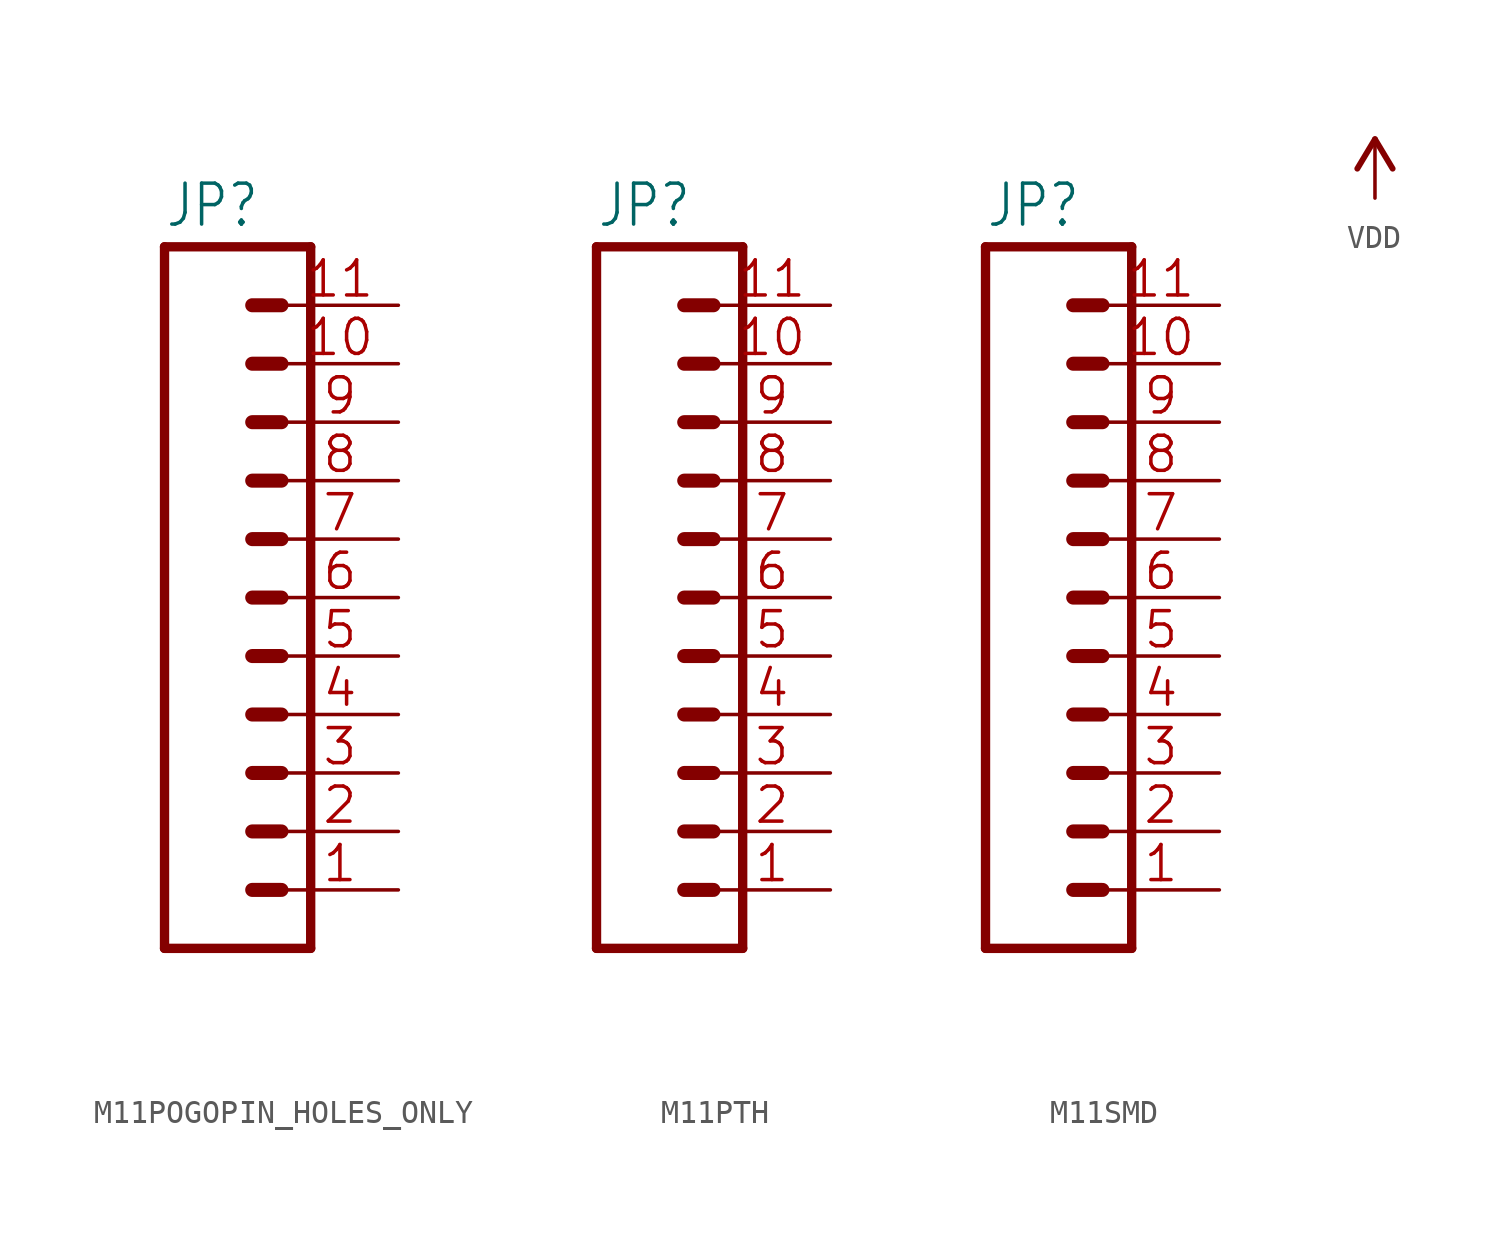
<source format=kicad_sym>
(kicad_symbol_lib
  (version 20241209)
  (generator "kicad_symbol_editor")
  (generator_version "9.0")
  (symbol "M11POGOPIN_HOLES_ONLY"
    (property "Reference" "JP"
      (at 0 16.002 0)
      (effects (font (size 1.778 1.511)) (justify left bottom)))
    (property "Value" ""
      (at 0 -17.78 0)
      (effects (font (size 1.778 1.511)) (justify left bottom)))
    (property "ki_locked" ""
      (at 0 0 0)
      (effects (font (size 1.27 1.27))))
    (symbol "M11POGOPIN_HOLES_ONLY_1_0"
      (polyline (pts (xy 0 15.24) (xy 0 -15.24)) (stroke (width 0.406) (type solid)) (fill (type none)))
      (polyline (pts (xy 0 15.24) (xy 6.35 15.24)) (stroke (width 0.406) (type solid)) (fill (type none)))
      (polyline (pts (xy 3.81 12.7) (xy 5.08 12.7)) (stroke (width 0.61) (type solid)) (fill (type none)))
      (polyline (pts (xy 3.81 10.16) (xy 5.08 10.16)) (stroke (width 0.61) (type solid)) (fill (type none)))
      (polyline (pts (xy 3.81 7.62) (xy 5.08 7.62)) (stroke (width 0.61) (type solid)) (fill (type none)))
      (polyline (pts (xy 3.81 5.08) (xy 5.08 5.08)) (stroke (width 0.61) (type solid)) (fill (type none)))
      (polyline (pts (xy 3.81 2.54) (xy 5.08 2.54)) (stroke (width 0.61) (type solid)) (fill (type none)))
      (polyline (pts (xy 3.81 0) (xy 5.08 0)) (stroke (width 0.61) (type solid)) (fill (type none)))
      (polyline (pts (xy 3.81 -2.54) (xy 5.08 -2.54)) (stroke (width 0.61) (type solid)) (fill (type none)))
      (polyline (pts (xy 3.81 -5.08) (xy 5.08 -5.08)) (stroke (width 0.61) (type solid)) (fill (type none)))
      (polyline (pts (xy 3.81 -7.62) (xy 5.08 -7.62)) (stroke (width 0.61) (type solid)) (fill (type none)))
      (polyline (pts (xy 3.81 -10.16) (xy 5.08 -10.16)) (stroke (width 0.61) (type solid)) (fill (type none)))
      (polyline (pts (xy 3.81 -12.7) (xy 5.08 -12.7)) (stroke (width 0.61) (type solid)) (fill (type none)))
      (polyline (pts (xy 6.35 -15.24) (xy 0 -15.24)) (stroke (width 0.406) (type solid)) (fill (type none)))
      (polyline (pts (xy 6.35 -15.24) (xy 6.35 15.24)) (stroke (width 0.406) (type solid)) (fill (type none)))
      (pin passive line (at 10.16 12.7 180) (length 5.08) (name "11" (effects (font (size 0 0)))) (number "11" (effects (font (size 1.524 1.524)))))
      (pin passive line (at 10.16 10.16 180) (length 5.08) (name "10" (effects (font (size 0 0)))) (number "10" (effects (font (size 1.524 1.524)))))
      (pin passive line (at 10.16 7.62 180) (length 5.08) (name "9" (effects (font (size 0 0)))) (number "9" (effects (font (size 1.524 1.524)))))
      (pin passive line (at 10.16 5.08 180) (length 5.08) (name "8" (effects (font (size 0 0)))) (number "8" (effects (font (size 1.524 1.524)))))
      (pin passive line (at 10.16 2.54 180) (length 5.08) (name "7" (effects (font (size 0 0)))) (number "7" (effects (font (size 1.524 1.524)))))
      (pin passive line (at 10.16 0 180) (length 5.08) (name "6" (effects (font (size 0 0)))) (number "6" (effects (font (size 1.524 1.524)))))
      (pin passive line (at 10.16 -2.54 180) (length 5.08) (name "5" (effects (font (size 0 0)))) (number "5" (effects (font (size 1.524 1.524)))))
      (pin passive line (at 10.16 -5.08 180) (length 5.08) (name "4" (effects (font (size 0 0)))) (number "4" (effects (font (size 1.524 1.524)))))
      (pin passive line (at 10.16 -7.62 180) (length 5.08) (name "3" (effects (font (size 0 0)))) (number "3" (effects (font (size 1.524 1.524)))))
      (pin passive line (at 10.16 -10.16 180) (length 5.08) (name "2" (effects (font (size 0 0)))) (number "2" (effects (font (size 1.524 1.524)))))
      (pin passive line (at 10.16 -12.7 180) (length 5.08) (name "1" (effects (font (size 0 0)))) (number "1" (effects (font (size 1.524 1.524)))))))
  (symbol "M11PTH"
    (property "Reference" "JP"
      (at 0 16.002 0)
      (effects (font (size 1.778 1.511)) (justify left bottom)))
    (property "Value" ""
      (at 0 -17.78 0)
      (effects (font (size 1.778 1.511)) (justify left bottom)))
    (property "ki_locked" ""
      (at 0 0 0)
      (effects (font (size 1.27 1.27))))
    (symbol "M11PTH_1_0"
      (polyline (pts (xy 0 15.24) (xy 0 -15.24)) (stroke (width 0.406) (type solid)) (fill (type none)))
      (polyline (pts (xy 0 15.24) (xy 6.35 15.24)) (stroke (width 0.406) (type solid)) (fill (type none)))
      (polyline (pts (xy 3.81 12.7) (xy 5.08 12.7)) (stroke (width 0.61) (type solid)) (fill (type none)))
      (polyline (pts (xy 3.81 10.16) (xy 5.08 10.16)) (stroke (width 0.61) (type solid)) (fill (type none)))
      (polyline (pts (xy 3.81 7.62) (xy 5.08 7.62)) (stroke (width 0.61) (type solid)) (fill (type none)))
      (polyline (pts (xy 3.81 5.08) (xy 5.08 5.08)) (stroke (width 0.61) (type solid)) (fill (type none)))
      (polyline (pts (xy 3.81 2.54) (xy 5.08 2.54)) (stroke (width 0.61) (type solid)) (fill (type none)))
      (polyline (pts (xy 3.81 0) (xy 5.08 0)) (stroke (width 0.61) (type solid)) (fill (type none)))
      (polyline (pts (xy 3.81 -2.54) (xy 5.08 -2.54)) (stroke (width 0.61) (type solid)) (fill (type none)))
      (polyline (pts (xy 3.81 -5.08) (xy 5.08 -5.08)) (stroke (width 0.61) (type solid)) (fill (type none)))
      (polyline (pts (xy 3.81 -7.62) (xy 5.08 -7.62)) (stroke (width 0.61) (type solid)) (fill (type none)))
      (polyline (pts (xy 3.81 -10.16) (xy 5.08 -10.16)) (stroke (width 0.61) (type solid)) (fill (type none)))
      (polyline (pts (xy 3.81 -12.7) (xy 5.08 -12.7)) (stroke (width 0.61) (type solid)) (fill (type none)))
      (polyline (pts (xy 6.35 -15.24) (xy 0 -15.24)) (stroke (width 0.406) (type solid)) (fill (type none)))
      (polyline (pts (xy 6.35 -15.24) (xy 6.35 15.24)) (stroke (width 0.406) (type solid)) (fill (type none)))
      (pin passive line (at 10.16 12.7 180) (length 5.08) (name "11" (effects (font (size 0 0)))) (number "11" (effects (font (size 1.524 1.524)))))
      (pin passive line (at 10.16 10.16 180) (length 5.08) (name "10" (effects (font (size 0 0)))) (number "10" (effects (font (size 1.524 1.524)))))
      (pin passive line (at 10.16 7.62 180) (length 5.08) (name "9" (effects (font (size 0 0)))) (number "9" (effects (font (size 1.524 1.524)))))
      (pin passive line (at 10.16 5.08 180) (length 5.08) (name "8" (effects (font (size 0 0)))) (number "8" (effects (font (size 1.524 1.524)))))
      (pin passive line (at 10.16 2.54 180) (length 5.08) (name "7" (effects (font (size 0 0)))) (number "7" (effects (font (size 1.524 1.524)))))
      (pin passive line (at 10.16 0 180) (length 5.08) (name "6" (effects (font (size 0 0)))) (number "6" (effects (font (size 1.524 1.524)))))
      (pin passive line (at 10.16 -2.54 180) (length 5.08) (name "5" (effects (font (size 0 0)))) (number "5" (effects (font (size 1.524 1.524)))))
      (pin passive line (at 10.16 -5.08 180) (length 5.08) (name "4" (effects (font (size 0 0)))) (number "4" (effects (font (size 1.524 1.524)))))
      (pin passive line (at 10.16 -7.62 180) (length 5.08) (name "3" (effects (font (size 0 0)))) (number "3" (effects (font (size 1.524 1.524)))))
      (pin passive line (at 10.16 -10.16 180) (length 5.08) (name "2" (effects (font (size 0 0)))) (number "2" (effects (font (size 1.524 1.524)))))
      (pin passive line (at 10.16 -12.7 180) (length 5.08) (name "1" (effects (font (size 0 0)))) (number "1" (effects (font (size 1.524 1.524)))))))
  (symbol "M11SMD"
    (property "Reference" "JP"
      (at 0 16.002 0)
      (effects (font (size 1.778 1.511)) (justify left bottom)))
    (property "Value" ""
      (at 0 -17.78 0)
      (effects (font (size 1.778 1.511)) (justify left bottom)))
    (property "ki_locked" ""
      (at 0 0 0)
      (effects (font (size 1.27 1.27))))
    (symbol "M11SMD_1_0"
      (polyline (pts (xy 0 15.24) (xy 0 -15.24)) (stroke (width 0.406) (type solid)) (fill (type none)))
      (polyline (pts (xy 0 15.24) (xy 6.35 15.24)) (stroke (width 0.406) (type solid)) (fill (type none)))
      (polyline (pts (xy 3.81 12.7) (xy 5.08 12.7)) (stroke (width 0.61) (type solid)) (fill (type none)))
      (polyline (pts (xy 3.81 10.16) (xy 5.08 10.16)) (stroke (width 0.61) (type solid)) (fill (type none)))
      (polyline (pts (xy 3.81 7.62) (xy 5.08 7.62)) (stroke (width 0.61) (type solid)) (fill (type none)))
      (polyline (pts (xy 3.81 5.08) (xy 5.08 5.08)) (stroke (width 0.61) (type solid)) (fill (type none)))
      (polyline (pts (xy 3.81 2.54) (xy 5.08 2.54)) (stroke (width 0.61) (type solid)) (fill (type none)))
      (polyline (pts (xy 3.81 0) (xy 5.08 0)) (stroke (width 0.61) (type solid)) (fill (type none)))
      (polyline (pts (xy 3.81 -2.54) (xy 5.08 -2.54)) (stroke (width 0.61) (type solid)) (fill (type none)))
      (polyline (pts (xy 3.81 -5.08) (xy 5.08 -5.08)) (stroke (width 0.61) (type solid)) (fill (type none)))
      (polyline (pts (xy 3.81 -7.62) (xy 5.08 -7.62)) (stroke (width 0.61) (type solid)) (fill (type none)))
      (polyline (pts (xy 3.81 -10.16) (xy 5.08 -10.16)) (stroke (width 0.61) (type solid)) (fill (type none)))
      (polyline (pts (xy 3.81 -12.7) (xy 5.08 -12.7)) (stroke (width 0.61) (type solid)) (fill (type none)))
      (polyline (pts (xy 6.35 -15.24) (xy 0 -15.24)) (stroke (width 0.406) (type solid)) (fill (type none)))
      (polyline (pts (xy 6.35 -15.24) (xy 6.35 15.24)) (stroke (width 0.406) (type solid)) (fill (type none)))
      (pin passive line (at 10.16 12.7 180) (length 5.08) (name "11" (effects (font (size 0 0)))) (number "11" (effects (font (size 1.524 1.524)))))
      (pin passive line (at 10.16 10.16 180) (length 5.08) (name "10" (effects (font (size 0 0)))) (number "10" (effects (font (size 1.524 1.524)))))
      (pin passive line (at 10.16 7.62 180) (length 5.08) (name "9" (effects (font (size 0 0)))) (number "9" (effects (font (size 1.524 1.524)))))
      (pin passive line (at 10.16 5.08 180) (length 5.08) (name "8" (effects (font (size 0 0)))) (number "8" (effects (font (size 1.524 1.524)))))
      (pin passive line (at 10.16 2.54 180) (length 5.08) (name "7" (effects (font (size 0 0)))) (number "7" (effects (font (size 1.524 1.524)))))
      (pin passive line (at 10.16 0 180) (length 5.08) (name "6" (effects (font (size 0 0)))) (number "6" (effects (font (size 1.524 1.524)))))
      (pin passive line (at 10.16 -2.54 180) (length 5.08) (name "5" (effects (font (size 0 0)))) (number "5" (effects (font (size 1.524 1.524)))))
      (pin passive line (at 10.16 -5.08 180) (length 5.08) (name "4" (effects (font (size 0 0)))) (number "4" (effects (font (size 1.524 1.524)))))
      (pin passive line (at 10.16 -7.62 180) (length 5.08) (name "3" (effects (font (size 0 0)))) (number "3" (effects (font (size 1.524 1.524)))))
      (pin passive line (at 10.16 -10.16 180) (length 5.08) (name "2" (effects (font (size 0 0)))) (number "2" (effects (font (size 1.524 1.524)))))
      (pin passive line (at 10.16 -12.7 180) (length 5.08) (name "1" (effects (font (size 0 0)))) (number "1" (effects (font (size 1.524 1.524)))))))
  (symbol "VDD"
    (power)
    (property "Reference" "#SUPPLY"
      (at 0 0 0)
      (effects (font (size 1.27 1.27)) (hide yes)))
    (property "Value" ""
      (at -1.016 3.556 0)
      (effects (font (size 1.778 1.511)) (justify left bottom)))
    (property "ki_locked" ""
      (at 0 0 0)
      (effects (font (size 1.27 1.27))))
    (symbol "VDD_1_0"
      (polyline (pts (xy 0 2.54) (xy -0.762 1.27)) (stroke (width 0.254) (type solid)) (fill (type none)))
      (polyline (pts (xy 0.762 1.27) (xy 0 2.54)) (stroke (width 0.254) (type solid)) (fill (type none)))
      (pin power_in line (at 0 0 90) (length 2.54) (name "VDD" (effects (font (size 0 0)))) (number "1" (effects (font (size 0 0))))))))
</source>
